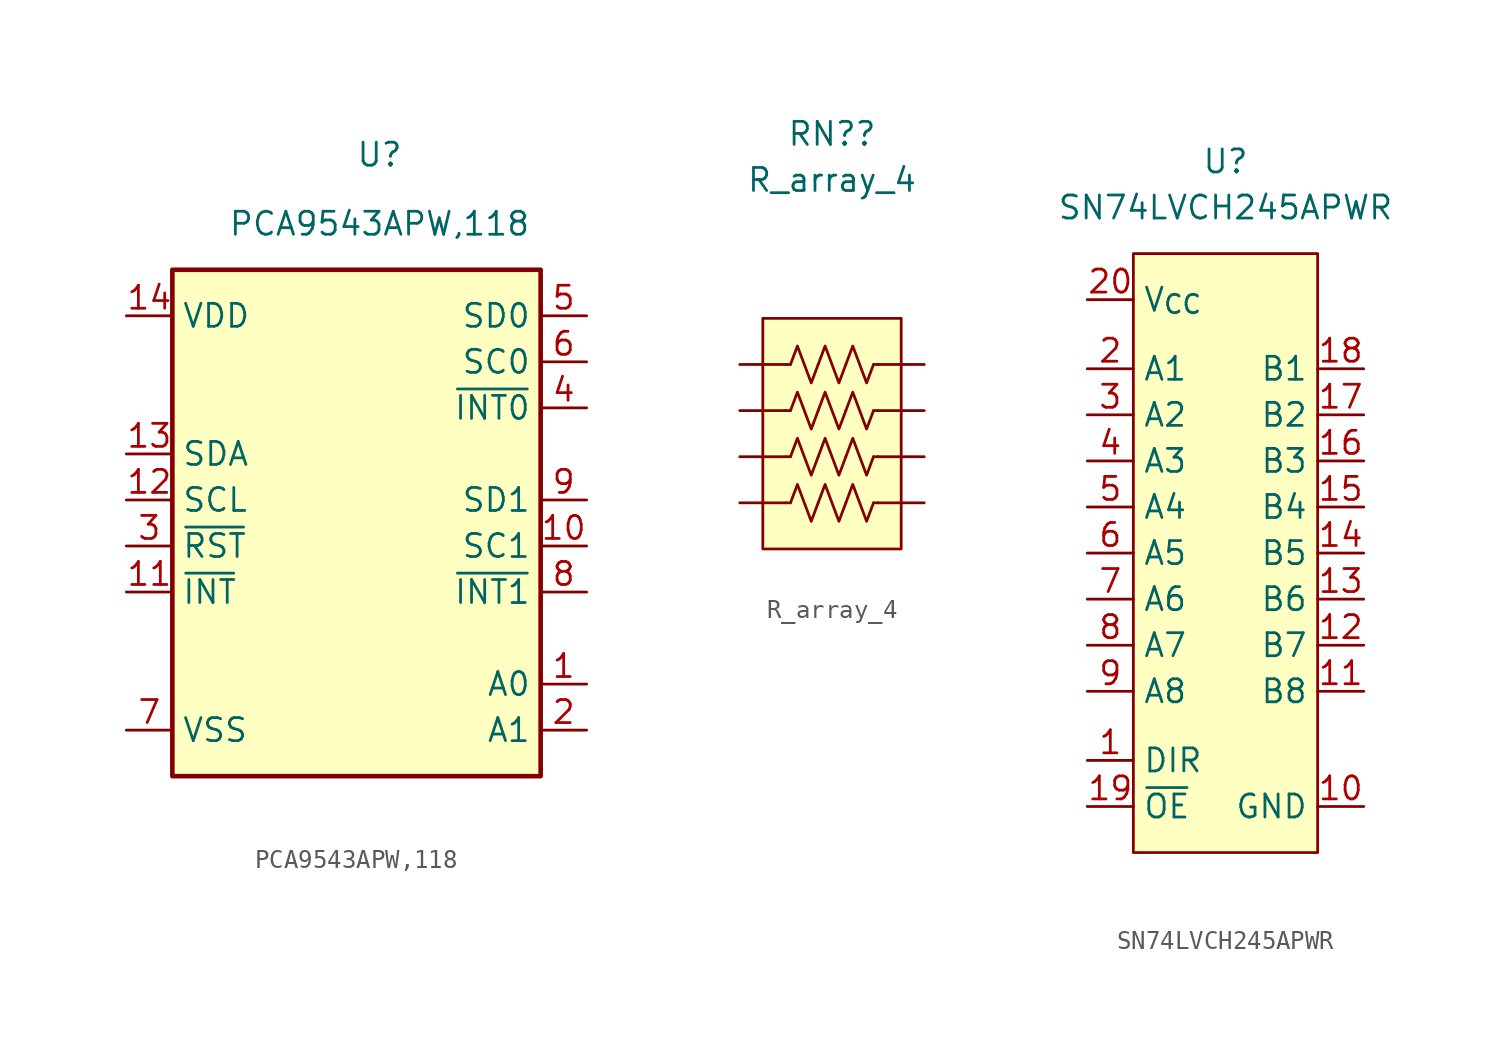
<source format=kicad_sym>
(kicad_symbol_lib
  (version 20211014)
  (generator kicad_symbol_editor)
  (symbol "PCA9543APW,118"
    (property "Reference" "U"
      (at 0 6.35 0)
      (effects (font (size 1.27 1.27))))
    (property "Value" "PCA9543APW,118"
      (at 0 2.54 0)
      (effects (font (size 1.27 1.27))))
    (symbol "PCA9543APW,118_0_1"
      (rectangle (start 8.89 0) (end -11.43 -27.94) (stroke (width 0.254) (type default) (color 0 0 0 0)) (fill (type background))))
    (symbol "PCA9543APW,118_1_1"
      (pin input line (at 11.43 -22.86 180) (length 2.54) (name "A0" (effects (font (size 1.27 1.27)))) (number "1" (effects (font (size 1.27 1.27)))))
      (pin output line (at 11.43 -15.24 180) (length 2.54) (name "SC1" (effects (font (size 1.27 1.27)))) (number "10" (effects (font (size 1.27 1.27)))))
      (pin open_collector line (at -13.97 -17.78 0) (length 2.54) (name "~{INT}" (effects (font (size 1.27 1.27)))) (number "11" (effects (font (size 1.27 1.27)))))
      (pin input line (at -13.97 -12.7 0) (length 2.54) (name "SCL" (effects (font (size 1.27 1.27)))) (number "12" (effects (font (size 1.27 1.27)))))
      (pin bidirectional line (at -13.97 -10.16 0) (length 2.54) (name "SDA" (effects (font (size 1.27 1.27)))) (number "13" (effects (font (size 1.27 1.27)))))
      (pin power_in line (at -13.97 -2.54 0) (length 2.54) (name "VDD" (effects (font (size 1.27 1.27)))) (number "14" (effects (font (size 1.27 1.27)))))
      (pin input line (at 11.43 -25.4 180) (length 2.54) (name "A1" (effects (font (size 1.27 1.27)))) (number "2" (effects (font (size 1.27 1.27)))))
      (pin open_collector line (at -13.97 -15.24 0) (length 2.54) (name "~{RST}" (effects (font (size 1.27 1.27)))) (number "3" (effects (font (size 1.27 1.27)))))
      (pin input line (at 11.43 -7.62 180) (length 2.54) (name "~{INT0}" (effects (font (size 1.27 1.27)))) (number "4" (effects (font (size 1.27 1.27)))))
      (pin bidirectional line (at 11.43 -2.54 180) (length 2.54) (name "SD0" (effects (font (size 1.27 1.27)))) (number "5" (effects (font (size 1.27 1.27)))))
      (pin output line (at 11.43 -5.08 180) (length 2.54) (name "SC0" (effects (font (size 1.27 1.27)))) (number "6" (effects (font (size 1.27 1.27)))))
      (pin power_in line (at -13.97 -25.4 0) (length 2.54) (name "VSS" (effects (font (size 1.27 1.27)))) (number "7" (effects (font (size 1.27 1.27)))))
      (pin input line (at 11.43 -17.78 180) (length 2.54) (name "~{INT1}" (effects (font (size 1.27 1.27)))) (number "8" (effects (font (size 1.27 1.27)))))
      (pin bidirectional line (at 11.43 -12.7 180) (length 2.54) (name "SD1" (effects (font (size 1.27 1.27)))) (number "9" (effects (font (size 1.27 1.27)))))))
  (symbol "R_array_4"
    (pin_numbers hide)
    (pin_names
      (offset 0))
    (property "Reference" "RN?"
      (at 0 15.24 0)
      (effects (font (size 1.27 1.27))))
    (property "Value" "R_array_4"
      (at 0 12.7 0)
      (effects (font (size 1.27 1.27))))
    (symbol "R_array_4_0_1"
      (rectangle (start -3.81 5.08) (end 3.81 -7.62) (stroke (width 0) (type default) (color 0 0 0 0)) (fill (type background)))
      (polyline (pts (xy -2.286 -5.08) (xy -2.54 -5.08)) (stroke (width 0) (type default) (color 0 0 0 0)) (fill (type none)))
      (polyline (pts (xy -2.286 -2.54) (xy -2.54 -2.54)) (stroke (width 0) (type default) (color 0 0 0 0)) (fill (type none)))
      (polyline (pts (xy -2.286 0) (xy -2.54 0)) (stroke (width 0) (type default) (color 0 0 0 0)) (fill (type none)))
      (polyline (pts (xy -2.286 2.54) (xy -2.54 2.54)) (stroke (width 0) (type default) (color 0 0 0 0)) (fill (type none)))
      (polyline (pts (xy 2.286 -5.08) (xy 2.54 -5.08)) (stroke (width 0) (type default) (color 0 0 0 0)) (fill (type none)))
      (polyline (pts (xy 2.286 -2.54) (xy 2.54 -2.54)) (stroke (width 0) (type default) (color 0 0 0 0)) (fill (type none)))
      (polyline (pts (xy 2.286 0) (xy 2.54 0)) (stroke (width 0) (type default) (color 0 0 0 0)) (fill (type none)))
      (polyline (pts (xy 2.286 2.54) (xy 2.54 2.54)) (stroke (width 0) (type default) (color 0 0 0 0)) (fill (type none)))
      (polyline (pts (xy -2.286 -5.08) (xy -1.905 -4.064) (xy -1.524 -5.08) (xy -1.143 -6.096) (xy -0.762 -5.08)) (stroke (width 0) (type default) (color 0 0 0 0)) (fill (type none)))
      (polyline (pts (xy -2.286 -2.54) (xy -1.905 -1.524) (xy -1.524 -2.54) (xy -1.143 -3.556) (xy -0.762 -2.54)) (stroke (width 0) (type default) (color 0 0 0 0)) (fill (type none)))
      (polyline (pts (xy -2.286 0) (xy -1.905 1.016) (xy -1.524 0) (xy -1.143 -1.016) (xy -0.762 0)) (stroke (width 0) (type default) (color 0 0 0 0)) (fill (type none)))
      (polyline (pts (xy -2.286 2.54) (xy -1.905 3.556) (xy -1.524 2.54) (xy -1.143 1.524) (xy -0.762 2.54)) (stroke (width 0) (type default) (color 0 0 0 0)) (fill (type none)))
      (polyline (pts (xy -0.762 -5.08) (xy -0.381 -4.064) (xy 0 -5.08) (xy 0.381 -6.096) (xy 0.762 -5.08)) (stroke (width 0) (type default) (color 0 0 0 0)) (fill (type none)))
      (polyline (pts (xy -0.762 -2.54) (xy -0.381 -1.524) (xy 0 -2.54) (xy 0.381 -3.556) (xy 0.762 -2.54)) (stroke (width 0) (type default) (color 0 0 0 0)) (fill (type none)))
      (polyline (pts (xy -0.762 0) (xy -0.381 1.016) (xy 0 0) (xy 0.381 -1.016) (xy 0.762 0)) (stroke (width 0) (type default) (color 0 0 0 0)) (fill (type none)))
      (polyline (pts (xy -0.762 2.54) (xy -0.381 3.556) (xy 0 2.54) (xy 0.381 1.524) (xy 0.762 2.54)) (stroke (width 0) (type default) (color 0 0 0 0)) (fill (type none)))
      (polyline (pts (xy 0.762 -5.08) (xy 1.143 -4.064) (xy 1.524 -5.08) (xy 1.905 -6.096) (xy 2.286 -5.08)) (stroke (width 0) (type default) (color 0 0 0 0)) (fill (type none)))
      (polyline (pts (xy 0.762 -2.54) (xy 1.143 -1.524) (xy 1.524 -2.54) (xy 1.905 -3.556) (xy 2.286 -2.54)) (stroke (width 0) (type default) (color 0 0 0 0)) (fill (type none)))
      (polyline (pts (xy 0.762 0) (xy 1.143 1.016) (xy 1.524 0) (xy 1.905 -1.016) (xy 2.286 0)) (stroke (width 0) (type default) (color 0 0 0 0)) (fill (type none)))
      (polyline (pts (xy 0.762 2.54) (xy 1.143 3.556) (xy 1.524 2.54) (xy 1.905 1.524) (xy 2.286 2.54)) (stroke (width 0) (type default) (color 0 0 0 0)) (fill (type none))))
    (symbol "R_array_4_1_1"
      (pin passive line (at -5.08 2.54 0) (length 2.54) (name "~" (effects (font (size 1.27 1.27)))) (number "1" (effects (font (size 1.27 1.27)))))
      (pin passive line (at -5.08 0 0) (length 2.54) (name "~" (effects (font (size 1.27 1.27)))) (number "2" (effects (font (size 1.27 1.27)))))
      (pin passive line (at -5.08 -2.54 0) (length 2.54) (name "~" (effects (font (size 1.27 1.27)))) (number "3" (effects (font (size 1.27 1.27)))))
      (pin passive line (at -5.08 -5.08 0) (length 2.54) (name "~" (effects (font (size 1.27 1.27)))) (number "4" (effects (font (size 1.27 1.27)))))
      (pin passive line (at 5.08 -5.08 180) (length 2.54) (name "~" (effects (font (size 1.27 1.27)))) (number "5" (effects (font (size 1.27 1.27)))))
      (pin passive line (at 5.08 -2.54 180) (length 2.54) (name "~" (effects (font (size 1.27 1.27)))) (number "6" (effects (font (size 1.27 1.27)))))
      (pin passive line (at 5.08 0 180) (length 2.54) (name "~" (effects (font (size 1.27 1.27)))) (number "7" (effects (font (size 1.27 1.27)))))
      (pin passive line (at 5.08 2.54 180) (length 2.54) (name "~" (effects (font (size 1.27 1.27)))) (number "8" (effects (font (size 1.27 1.27)))))))
  (symbol "SN74LVCH245APWR"
    (property "Reference" "U"
      (at 0 5.08 0)
      (effects (font (size 1.27 1.27))))
    (property "Value" "SN74LVCH245APWR"
      (at 0 2.54 0)
      (effects (font (size 1.27 1.27))))
    (symbol "SN74LVCH245APWR_0_0"
      (pin unspecified line (at -7.62 -27.94 0) (length 2.54) (name "DIR" (effects (font (size 1.27 1.27)))) (number "1" (effects (font (size 1.27 1.27)))))
      (pin unspecified line (at 7.62 -30.48 180) (length 2.54) (name "GND" (effects (font (size 1.27 1.27)))) (number "10" (effects (font (size 1.27 1.27)))))
      (pin unspecified line (at 7.62 -24.13 180) (length 2.54) (name "B8" (effects (font (size 1.27 1.27)))) (number "11" (effects (font (size 1.27 1.27)))))
      (pin unspecified line (at 7.62 -21.59 180) (length 2.54) (name "B7" (effects (font (size 1.27 1.27)))) (number "12" (effects (font (size 1.27 1.27)))))
      (pin unspecified line (at 7.62 -19.05 180) (length 2.54) (name "B6" (effects (font (size 1.27 1.27)))) (number "13" (effects (font (size 1.27 1.27)))))
      (pin unspecified line (at 7.62 -16.51 180) (length 2.54) (name "B5" (effects (font (size 1.27 1.27)))) (number "14" (effects (font (size 1.27 1.27)))))
      (pin unspecified line (at 7.62 -13.97 180) (length 2.54) (name "B4" (effects (font (size 1.27 1.27)))) (number "15" (effects (font (size 1.27 1.27)))))
      (pin unspecified line (at 7.62 -11.43 180) (length 2.54) (name "B3" (effects (font (size 1.27 1.27)))) (number "16" (effects (font (size 1.27 1.27)))))
      (pin unspecified line (at 7.62 -8.89 180) (length 2.54) (name "B2" (effects (font (size 1.27 1.27)))) (number "17" (effects (font (size 1.27 1.27)))))
      (pin unspecified line (at 7.62 -6.35 180) (length 2.54) (name "B1" (effects (font (size 1.27 1.27)))) (number "18" (effects (font (size 1.27 1.27)))))
      (pin unspecified line (at -7.62 -30.48 0) (length 2.54) (name "~{OE}" (effects (font (size 1.27 1.27)))) (number "19" (effects (font (size 1.27 1.27)))))
      (pin unspecified line (at -7.62 -6.35 0) (length 2.54) (name "A1" (effects (font (size 1.27 1.27)))) (number "2" (effects (font (size 1.27 1.27)))))
      (pin unspecified line (at -7.62 -2.54 0) (length 2.54) (name "V_{CC}" (effects (font (size 1.27 1.27)))) (number "20" (effects (font (size 1.27 1.27)))))
      (pin unspecified line (at -7.62 -8.89 0) (length 2.54) (name "A2" (effects (font (size 1.27 1.27)))) (number "3" (effects (font (size 1.27 1.27)))))
      (pin unspecified line (at -7.62 -11.43 0) (length 2.54) (name "A3" (effects (font (size 1.27 1.27)))) (number "4" (effects (font (size 1.27 1.27)))))
      (pin unspecified line (at -7.62 -13.97 0) (length 2.54) (name "A4" (effects (font (size 1.27 1.27)))) (number "5" (effects (font (size 1.27 1.27)))))
      (pin unspecified line (at -7.62 -16.51 0) (length 2.54) (name "A5" (effects (font (size 1.27 1.27)))) (number "6" (effects (font (size 1.27 1.27)))))
      (pin unspecified line (at -7.62 -19.05 0) (length 2.54) (name "A6" (effects (font (size 1.27 1.27)))) (number "7" (effects (font (size 1.27 1.27)))))
      (pin unspecified line (at -7.62 -21.59 0) (length 2.54) (name "A7" (effects (font (size 1.27 1.27)))) (number "8" (effects (font (size 1.27 1.27)))))
      (pin unspecified line (at -7.62 -24.13 0) (length 2.54) (name "A8" (effects (font (size 1.27 1.27)))) (number "9" (effects (font (size 1.27 1.27))))))
    (symbol "SN74LVCH245APWR_0_1"
      (rectangle (start -5.08 0) (end 5.08 -33.02) (stroke (width 0) (type default) (color 0 0 0 0)) (fill (type background))))))
</source>
